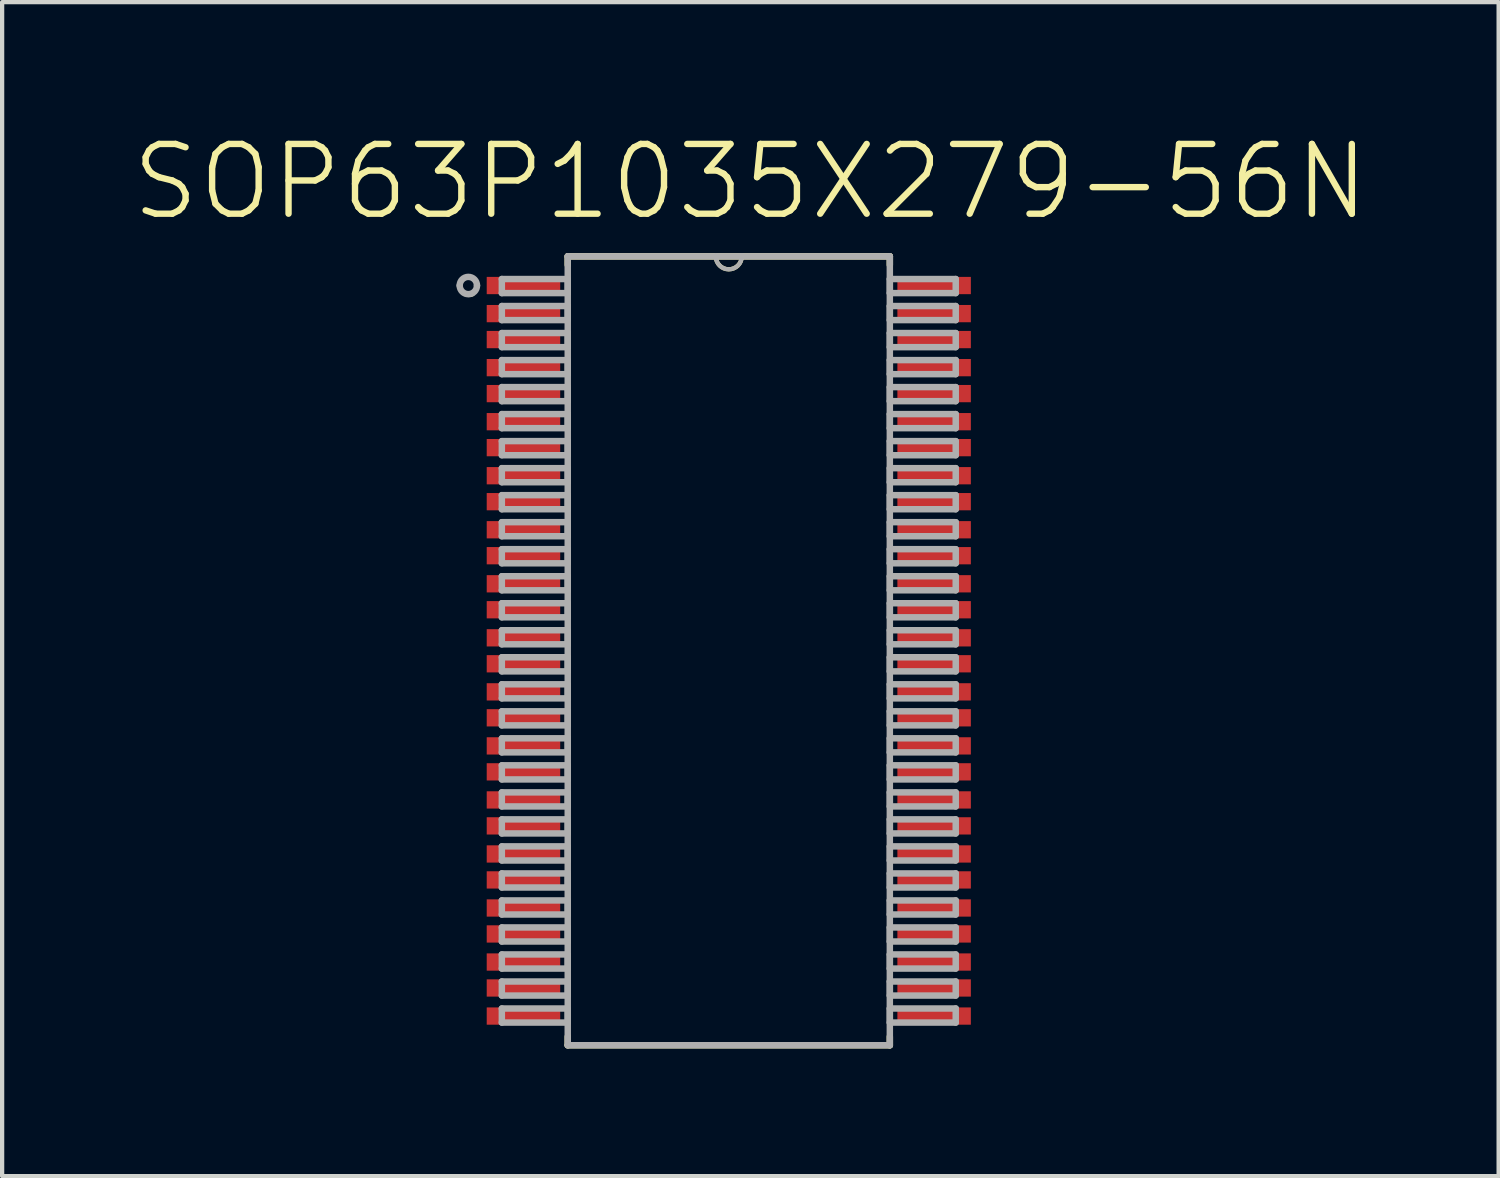
<source format=kicad_pcb>
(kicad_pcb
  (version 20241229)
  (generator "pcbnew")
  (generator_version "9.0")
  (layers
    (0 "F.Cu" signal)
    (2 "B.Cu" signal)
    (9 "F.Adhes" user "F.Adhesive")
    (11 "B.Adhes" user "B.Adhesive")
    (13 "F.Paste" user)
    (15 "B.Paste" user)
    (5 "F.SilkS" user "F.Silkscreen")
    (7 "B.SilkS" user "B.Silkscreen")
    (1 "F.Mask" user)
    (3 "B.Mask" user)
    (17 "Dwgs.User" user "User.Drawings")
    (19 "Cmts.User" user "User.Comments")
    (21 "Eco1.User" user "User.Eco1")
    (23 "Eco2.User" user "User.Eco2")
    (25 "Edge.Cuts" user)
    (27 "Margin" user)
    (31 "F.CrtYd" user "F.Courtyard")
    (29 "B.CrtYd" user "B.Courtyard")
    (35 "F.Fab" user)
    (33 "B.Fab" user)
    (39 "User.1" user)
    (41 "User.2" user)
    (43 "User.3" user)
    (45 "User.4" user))
  (footprint "SOP63P1035X279-56N"
    (layer "F.Cu")
    (at 14.079 12.246)
    (property "Reference" "SOP63P1035X279-56N" (at 0.508 -11.024 0) (layer "F.SilkS") (effects (font (size 1.64 1.64) (thickness 0.15))))
    (attr smd)
    (fp_line (start -3.785 -9.271) (end -3.785 -9.068) (stroke (width 0.152) (type solid)) (layer "F.SilkS"))
    (fp_line (start -3.785 9.068) (end -3.785 9.271) (stroke (width 0.152) (type solid)) (layer "F.SilkS"))
    (fp_line (start -3.785 9.271) (end 3.785 9.271) (stroke (width 0.152) (type solid)) (layer "F.SilkS"))
    (fp_line (start -0.305 -9.271) (end -3.785 -9.271) (stroke (width 0.152) (type solid)) (layer "F.SilkS"))
    (fp_line (start 0.305 -9.271) (end -0.305 -9.271) (stroke (width 0.152) (type solid)) (layer "F.SilkS"))
    (fp_line (start 3.785 -9.271) (end 0.305 -9.271) (stroke (width 0.152) (type solid)) (layer "F.SilkS"))
    (fp_line (start 3.785 -9.068) (end 3.785 -9.271) (stroke (width 0.152) (type solid)) (layer "F.SilkS"))
    (fp_line (start 3.785 9.271) (end 3.785 9.068) (stroke (width 0.152) (type solid)) (layer "F.SilkS"))
    (fp_arc (start -6.019801 -8.382) (mid -6.318825 -8.5725) (end -6.0198 -8.763) (stroke (width 0.1) (type solid)) (layer "F.SilkS"))
    (fp_arc (start 0.3048 -9.271) (mid 0 -8.9662) (end -0.3048 -9.271) (stroke (width 0.1) (type solid)) (layer "F.SilkS"))
    (fp_line (start -5.334 -8.738) (end -5.334 -8.407) (stroke (width 0.152) (type solid)) (layer "F.Fab"))
    (fp_line (start -5.334 -8.407) (end -3.785 -8.407) (stroke (width 0.152) (type solid)) (layer "F.Fab"))
    (fp_line (start -5.334 -8.103) (end -5.334 -7.772) (stroke (width 0.152) (type solid)) (layer "F.Fab"))
    (fp_line (start -5.334 -7.772) (end -3.785 -7.772) (stroke (width 0.152) (type solid)) (layer "F.Fab"))
    (fp_line (start -5.334 -7.468) (end -5.334 -7.137) (stroke (width 0.152) (type solid)) (layer "F.Fab"))
    (fp_line (start -5.334 -7.137) (end -3.785 -7.137) (stroke (width 0.152) (type solid)) (layer "F.Fab"))
    (fp_line (start -5.334 -6.833) (end -5.334 -6.502) (stroke (width 0.152) (type solid)) (layer "F.Fab"))
    (fp_line (start -5.334 -6.502) (end -3.785 -6.502) (stroke (width 0.152) (type solid)) (layer "F.Fab"))
    (fp_line (start -5.334 -6.198) (end -5.334 -5.867) (stroke (width 0.152) (type solid)) (layer "F.Fab"))
    (fp_line (start -5.334 -5.867) (end -3.785 -5.867) (stroke (width 0.152) (type solid)) (layer "F.Fab"))
    (fp_line (start -5.334 -5.563) (end -5.334 -5.232) (stroke (width 0.152) (type solid)) (layer "F.Fab"))
    (fp_line (start -5.334 -5.232) (end -3.785 -5.232) (stroke (width 0.152) (type solid)) (layer "F.Fab"))
    (fp_line (start -5.334 -4.928) (end -5.334 -4.597) (stroke (width 0.152) (type solid)) (layer "F.Fab"))
    (fp_line (start -5.334 -4.597) (end -3.785 -4.597) (stroke (width 0.152) (type solid)) (layer "F.Fab"))
    (fp_line (start -5.334 -4.293) (end -5.334 -3.962) (stroke (width 0.152) (type solid)) (layer "F.Fab"))
    (fp_line (start -5.334 -3.962) (end -3.785 -3.962) (stroke (width 0.152) (type solid)) (layer "F.Fab"))
    (fp_line (start -5.334 -3.658) (end -5.334 -3.327) (stroke (width 0.152) (type solid)) (layer "F.Fab"))
    (fp_line (start -5.334 -3.327) (end -3.785 -3.327) (stroke (width 0.152) (type solid)) (layer "F.Fab"))
    (fp_line (start -5.334 -3.023) (end -5.334 -2.692) (stroke (width 0.152) (type solid)) (layer "F.Fab"))
    (fp_line (start -5.334 -2.692) (end -3.785 -2.692) (stroke (width 0.152) (type solid)) (layer "F.Fab"))
    (fp_line (start -5.334 -2.388) (end -5.334 -2.057) (stroke (width 0.152) (type solid)) (layer "F.Fab"))
    (fp_line (start -5.334 -2.057) (end -3.785 -2.057) (stroke (width 0.152) (type solid)) (layer "F.Fab"))
    (fp_line (start -5.334 -1.753) (end -5.334 -1.422) (stroke (width 0.152) (type solid)) (layer "F.Fab"))
    (fp_line (start -5.334 -1.422) (end -3.785 -1.422) (stroke (width 0.152) (type solid)) (layer "F.Fab"))
    (fp_line (start -5.334 -1.118) (end -5.334 -0.787) (stroke (width 0.152) (type solid)) (layer "F.Fab"))
    (fp_line (start -5.334 -0.787) (end -3.785 -0.787) (stroke (width 0.152) (type solid)) (layer "F.Fab"))
    (fp_line (start -5.334 -0.483) (end -5.334 -0.152) (stroke (width 0.152) (type solid)) (layer "F.Fab"))
    (fp_line (start -5.334 -0.152) (end -3.785 -0.152) (stroke (width 0.152) (type solid)) (layer "F.Fab"))
    (fp_line (start -5.334 0.152) (end -5.334 0.483) (stroke (width 0.152) (type solid)) (layer "F.Fab"))
    (fp_line (start -5.334 0.483) (end -3.785 0.483) (stroke (width 0.152) (type solid)) (layer "F.Fab"))
    (fp_line (start -5.334 0.787) (end -5.334 1.118) (stroke (width 0.152) (type solid)) (layer "F.Fab"))
    (fp_line (start -5.334 1.118) (end -3.785 1.118) (stroke (width 0.152) (type solid)) (layer "F.Fab"))
    (fp_line (start -5.334 1.422) (end -5.334 1.753) (stroke (width 0.152) (type solid)) (layer "F.Fab"))
    (fp_line (start -5.334 1.753) (end -3.785 1.753) (stroke (width 0.152) (type solid)) (layer "F.Fab"))
    (fp_line (start -5.334 2.057) (end -5.334 2.388) (stroke (width 0.152) (type solid)) (layer "F.Fab"))
    (fp_line (start -5.334 2.388) (end -3.785 2.388) (stroke (width 0.152) (type solid)) (layer "F.Fab"))
    (fp_line (start -5.334 2.692) (end -5.334 3.023) (stroke (width 0.152) (type solid)) (layer "F.Fab"))
    (fp_line (start -5.334 3.023) (end -3.785 3.023) (stroke (width 0.152) (type solid)) (layer "F.Fab"))
    (fp_line (start -5.334 3.327) (end -5.334 3.658) (stroke (width 0.152) (type solid)) (layer "F.Fab"))
    (fp_line (start -5.334 3.658) (end -3.785 3.658) (stroke (width 0.152) (type solid)) (layer "F.Fab"))
    (fp_line (start -5.334 3.962) (end -5.334 4.293) (stroke (width 0.152) (type solid)) (layer "F.Fab"))
    (fp_line (start -5.334 4.293) (end -3.785 4.293) (stroke (width 0.152) (type solid)) (layer "F.Fab"))
    (fp_line (start -5.334 4.597) (end -5.334 4.928) (stroke (width 0.152) (type solid)) (layer "F.Fab"))
    (fp_line (start -5.334 4.928) (end -3.785 4.928) (stroke (width 0.152) (type solid)) (layer "F.Fab"))
    (fp_line (start -5.334 5.232) (end -5.334 5.563) (stroke (width 0.152) (type solid)) (layer "F.Fab"))
    (fp_line (start -5.334 5.563) (end -3.785 5.563) (stroke (width 0.152) (type solid)) (layer "F.Fab"))
    (fp_line (start -5.334 5.867) (end -5.334 6.198) (stroke (width 0.152) (type solid)) (layer "F.Fab"))
    (fp_line (start -5.334 6.198) (end -3.785 6.198) (stroke (width 0.152) (type solid)) (layer "F.Fab"))
    (fp_line (start -5.334 6.502) (end -5.334 6.833) (stroke (width 0.152) (type solid)) (layer "F.Fab"))
    (fp_line (start -5.334 6.833) (end -3.785 6.833) (stroke (width 0.152) (type solid)) (layer "F.Fab"))
    (fp_line (start -5.334 7.137) (end -5.334 7.468) (stroke (width 0.152) (type solid)) (layer "F.Fab"))
    (fp_line (start -5.334 7.468) (end -3.785 7.468) (stroke (width 0.152) (type solid)) (layer "F.Fab"))
    (fp_line (start -5.334 7.772) (end -5.334 8.103) (stroke (width 0.152) (type solid)) (layer "F.Fab"))
    (fp_line (start -5.334 8.103) (end -3.785 8.103) (stroke (width 0.152) (type solid)) (layer "F.Fab"))
    (fp_line (start -5.334 8.407) (end -5.334 8.738) (stroke (width 0.152) (type solid)) (layer "F.Fab"))
    (fp_line (start -5.334 8.738) (end -3.785 8.738) (stroke (width 0.152) (type solid)) (layer "F.Fab"))
    (fp_line (start -3.785 -9.271) (end -3.785 9.271) (stroke (width 0.152) (type solid)) (layer "F.Fab"))
    (fp_line (start -3.785 -8.738) (end -5.334 -8.738) (stroke (width 0.152) (type solid)) (layer "F.Fab"))
    (fp_line (start -3.785 -8.407) (end -3.785 -8.738) (stroke (width 0.152) (type solid)) (layer "F.Fab"))
    (fp_line (start -3.785 -8.103) (end -5.334 -8.103) (stroke (width 0.152) (type solid)) (layer "F.Fab"))
    (fp_line (start -3.785 -7.772) (end -3.785 -8.103) (stroke (width 0.152) (type solid)) (layer "F.Fab"))
    (fp_line (start -3.785 -7.468) (end -5.334 -7.468) (stroke (width 0.152) (type solid)) (layer "F.Fab"))
    (fp_line (start -3.785 -7.137) (end -3.785 -7.468) (stroke (width 0.152) (type solid)) (layer "F.Fab"))
    (fp_line (start -3.785 -6.833) (end -5.334 -6.833) (stroke (width 0.152) (type solid)) (layer "F.Fab"))
    (fp_line (start -3.785 -6.502) (end -3.785 -6.833) (stroke (width 0.152) (type solid)) (layer "F.Fab"))
    (fp_line (start -3.785 -6.198) (end -5.334 -6.198) (stroke (width 0.152) (type solid)) (layer "F.Fab"))
    (fp_line (start -3.785 -5.867) (end -3.785 -6.198) (stroke (width 0.152) (type solid)) (layer "F.Fab"))
    (fp_line (start -3.785 -5.563) (end -5.334 -5.563) (stroke (width 0.152) (type solid)) (layer "F.Fab"))
    (fp_line (start -3.785 -5.232) (end -3.785 -5.563) (stroke (width 0.152) (type solid)) (layer "F.Fab"))
    (fp_line (start -3.785 -4.928) (end -5.334 -4.928) (stroke (width 0.152) (type solid)) (layer "F.Fab"))
    (fp_line (start -3.785 -4.597) (end -3.785 -4.928) (stroke (width 0.152) (type solid)) (layer "F.Fab"))
    (fp_line (start -3.785 -4.293) (end -5.334 -4.293) (stroke (width 0.152) (type solid)) (layer "F.Fab"))
    (fp_line (start -3.785 -3.962) (end -3.785 -4.293) (stroke (width 0.152) (type solid)) (layer "F.Fab"))
    (fp_line (start -3.785 -3.658) (end -5.334 -3.658) (stroke (width 0.152) (type solid)) (layer "F.Fab"))
    (fp_line (start -3.785 -3.327) (end -3.785 -3.658) (stroke (width 0.152) (type solid)) (layer "F.Fab"))
    (fp_line (start -3.785 -3.023) (end -5.334 -3.023) (stroke (width 0.152) (type solid)) (layer "F.Fab"))
    (fp_line (start -3.785 -2.692) (end -3.785 -3.023) (stroke (width 0.152) (type solid)) (layer "F.Fab"))
    (fp_line (start -3.785 -2.388) (end -5.334 -2.388) (stroke (width 0.152) (type solid)) (layer "F.Fab"))
    (fp_line (start -3.785 -2.057) (end -3.785 -2.388) (stroke (width 0.152) (type solid)) (layer "F.Fab"))
    (fp_line (start -3.785 -1.753) (end -5.334 -1.753) (stroke (width 0.152) (type solid)) (layer "F.Fab"))
    (fp_line (start -3.785 -1.422) (end -3.785 -1.753) (stroke (width 0.152) (type solid)) (layer "F.Fab"))
    (fp_line (start -3.785 -1.118) (end -5.334 -1.118) (stroke (width 0.152) (type solid)) (layer "F.Fab"))
    (fp_line (start -3.785 -0.787) (end -3.785 -1.118) (stroke (width 0.152) (type solid)) (layer "F.Fab"))
    (fp_line (start -3.785 -0.483) (end -5.334 -0.483) (stroke (width 0.152) (type solid)) (layer "F.Fab"))
    (fp_line (start -3.785 -0.152) (end -3.785 -0.483) (stroke (width 0.152) (type solid)) (layer "F.Fab"))
    (fp_line (start -3.785 0.152) (end -5.334 0.152) (stroke (width 0.152) (type solid)) (layer "F.Fab"))
    (fp_line (start -3.785 0.483) (end -3.785 0.152) (stroke (width 0.152) (type solid)) (layer "F.Fab"))
    (fp_line (start -3.785 0.787) (end -5.334 0.787) (stroke (width 0.152) (type solid)) (layer "F.Fab"))
    (fp_line (start -3.785 1.118) (end -3.785 0.787) (stroke (width 0.152) (type solid)) (layer "F.Fab"))
    (fp_line (start -3.785 1.422) (end -5.334 1.422) (stroke (width 0.152) (type solid)) (layer "F.Fab"))
    (fp_line (start -3.785 1.753) (end -3.785 1.422) (stroke (width 0.152) (type solid)) (layer "F.Fab"))
    (fp_line (start -3.785 2.057) (end -5.334 2.057) (stroke (width 0.152) (type solid)) (layer "F.Fab"))
    (fp_line (start -3.785 2.388) (end -3.785 2.057) (stroke (width 0.152) (type solid)) (layer "F.Fab"))
    (fp_line (start -3.785 2.692) (end -5.334 2.692) (stroke (width 0.152) (type solid)) (layer "F.Fab"))
    (fp_line (start -3.785 3.023) (end -3.785 2.692) (stroke (width 0.152) (type solid)) (layer "F.Fab"))
    (fp_line (start -3.785 3.327) (end -5.334 3.327) (stroke (width 0.152) (type solid)) (layer "F.Fab"))
    (fp_line (start -3.785 3.658) (end -3.785 3.327) (stroke (width 0.152) (type solid)) (layer "F.Fab"))
    (fp_line (start -3.785 3.962) (end -5.334 3.962) (stroke (width 0.152) (type solid)) (layer "F.Fab"))
    (fp_line (start -3.785 4.293) (end -3.785 3.962) (stroke (width 0.152) (type solid)) (layer "F.Fab"))
    (fp_line (start -3.785 4.597) (end -5.334 4.597) (stroke (width 0.152) (type solid)) (layer "F.Fab"))
    (fp_line (start -3.785 4.928) (end -3.785 4.597) (stroke (width 0.152) (type solid)) (layer "F.Fab"))
    (fp_line (start -3.785 5.232) (end -5.334 5.232) (stroke (width 0.152) (type solid)) (layer "F.Fab"))
    (fp_line (start -3.785 5.563) (end -3.785 5.232) (stroke (width 0.152) (type solid)) (layer "F.Fab"))
    (fp_line (start -3.785 5.867) (end -5.334 5.867) (stroke (width 0.152) (type solid)) (layer "F.Fab"))
    (fp_line (start -3.785 6.198) (end -3.785 5.867) (stroke (width 0.152) (type solid)) (layer "F.Fab"))
    (fp_line (start -3.785 6.502) (end -5.334 6.502) (stroke (width 0.152) (type solid)) (layer "F.Fab"))
    (fp_line (start -3.785 6.833) (end -3.785 6.502) (stroke (width 0.152) (type solid)) (layer "F.Fab"))
    (fp_line (start -3.785 7.137) (end -5.334 7.137) (stroke (width 0.152) (type solid)) (layer "F.Fab"))
    (fp_line (start -3.785 7.468) (end -3.785 7.137) (stroke (width 0.152) (type solid)) (layer "F.Fab"))
    (fp_line (start -3.785 7.772) (end -5.334 7.772) (stroke (width 0.152) (type solid)) (layer "F.Fab"))
    (fp_line (start -3.785 8.103) (end -3.785 7.772) (stroke (width 0.152) (type solid)) (layer "F.Fab"))
    (fp_line (start -3.785 8.407) (end -5.334 8.407) (stroke (width 0.152) (type solid)) (layer "F.Fab"))
    (fp_line (start -3.785 8.738) (end -3.785 8.407) (stroke (width 0.152) (type solid)) (layer "F.Fab"))
    (fp_line (start -3.785 9.271) (end 3.785 9.271) (stroke (width 0.152) (type solid)) (layer "F.Fab"))
    (fp_line (start -0.305 -9.271) (end -3.785 -9.271) (stroke (width 0.152) (type solid)) (layer "F.Fab"))
    (fp_line (start 0.305 -9.271) (end -0.305 -9.271) (stroke (width 0.152) (type solid)) (layer "F.Fab"))
    (fp_line (start 3.785 -9.271) (end 0.305 -9.271) (stroke (width 0.152) (type solid)) (layer "F.Fab"))
    (fp_line (start 3.785 -8.738) (end 3.785 -8.407) (stroke (width 0.152) (type solid)) (layer "F.Fab"))
    (fp_line (start 3.785 -8.407) (end 5.334 -8.407) (stroke (width 0.152) (type solid)) (layer "F.Fab"))
    (fp_line (start 3.785 -8.103) (end 3.785 -7.772) (stroke (width 0.152) (type solid)) (layer "F.Fab"))
    (fp_line (start 3.785 -7.772) (end 5.334 -7.772) (stroke (width 0.152) (type solid)) (layer "F.Fab"))
    (fp_line (start 3.785 -7.468) (end 3.785 -7.137) (stroke (width 0.152) (type solid)) (layer "F.Fab"))
    (fp_line (start 3.785 -7.137) (end 5.334 -7.137) (stroke (width 0.152) (type solid)) (layer "F.Fab"))
    (fp_line (start 3.785 -6.833) (end 3.785 -6.502) (stroke (width 0.152) (type solid)) (layer "F.Fab"))
    (fp_line (start 3.785 -6.502) (end 5.334 -6.502) (stroke (width 0.152) (type solid)) (layer "F.Fab"))
    (fp_line (start 3.785 -6.198) (end 3.785 -5.867) (stroke (width 0.152) (type solid)) (layer "F.Fab"))
    (fp_line (start 3.785 -5.867) (end 5.334 -5.867) (stroke (width 0.152) (type solid)) (layer "F.Fab"))
    (fp_line (start 3.785 -5.563) (end 3.785 -5.232) (stroke (width 0.152) (type solid)) (layer "F.Fab"))
    (fp_line (start 3.785 -5.232) (end 5.334 -5.232) (stroke (width 0.152) (type solid)) (layer "F.Fab"))
    (fp_line (start 3.785 -4.928) (end 3.785 -4.597) (stroke (width 0.152) (type solid)) (layer "F.Fab"))
    (fp_line (start 3.785 -4.597) (end 5.334 -4.597) (stroke (width 0.152) (type solid)) (layer "F.Fab"))
    (fp_line (start 3.785 -4.293) (end 3.785 -3.962) (stroke (width 0.152) (type solid)) (layer "F.Fab"))
    (fp_line (start 3.785 -3.962) (end 5.334 -3.962) (stroke (width 0.152) (type solid)) (layer "F.Fab"))
    (fp_line (start 3.785 -3.658) (end 3.785 -3.327) (stroke (width 0.152) (type solid)) (layer "F.Fab"))
    (fp_line (start 3.785 -3.327) (end 5.334 -3.327) (stroke (width 0.152) (type solid)) (layer "F.Fab"))
    (fp_line (start 3.785 -3.023) (end 3.785 -2.692) (stroke (width 0.152) (type solid)) (layer "F.Fab"))
    (fp_line (start 3.785 -2.692) (end 5.334 -2.692) (stroke (width 0.152) (type solid)) (layer "F.Fab"))
    (fp_line (start 3.785 -2.388) (end 3.785 -2.057) (stroke (width 0.152) (type solid)) (layer "F.Fab"))
    (fp_line (start 3.785 -2.057) (end 5.334 -2.057) (stroke (width 0.152) (type solid)) (layer "F.Fab"))
    (fp_line (start 3.785 -1.753) (end 3.785 -1.422) (stroke (width 0.152) (type solid)) (layer "F.Fab"))
    (fp_line (start 3.785 -1.422) (end 5.334 -1.422) (stroke (width 0.152) (type solid)) (layer "F.Fab"))
    (fp_line (start 3.785 -1.118) (end 3.785 -0.787) (stroke (width 0.152) (type solid)) (layer "F.Fab"))
    (fp_line (start 3.785 -0.787) (end 5.334 -0.787) (stroke (width 0.152) (type solid)) (layer "F.Fab"))
    (fp_line (start 3.785 -0.483) (end 3.785 -0.152) (stroke (width 0.152) (type solid)) (layer "F.Fab"))
    (fp_line (start 3.785 -0.152) (end 5.334 -0.152) (stroke (width 0.152) (type solid)) (layer "F.Fab"))
    (fp_line (start 3.785 0.152) (end 3.785 0.483) (stroke (width 0.152) (type solid)) (layer "F.Fab"))
    (fp_line (start 3.785 0.483) (end 5.334 0.483) (stroke (width 0.152) (type solid)) (layer "F.Fab"))
    (fp_line (start 3.785 0.787) (end 3.785 1.118) (stroke (width 0.152) (type solid)) (layer "F.Fab"))
    (fp_line (start 3.785 1.118) (end 5.334 1.118) (stroke (width 0.152) (type solid)) (layer "F.Fab"))
    (fp_line (start 3.785 1.422) (end 3.785 1.753) (stroke (width 0.152) (type solid)) (layer "F.Fab"))
    (fp_line (start 3.785 1.753) (end 5.334 1.753) (stroke (width 0.152) (type solid)) (layer "F.Fab"))
    (fp_line (start 3.785 2.057) (end 3.785 2.388) (stroke (width 0.152) (type solid)) (layer "F.Fab"))
    (fp_line (start 3.785 2.388) (end 5.334 2.388) (stroke (width 0.152) (type solid)) (layer "F.Fab"))
    (fp_line (start 3.785 2.692) (end 3.785 3.023) (stroke (width 0.152) (type solid)) (layer "F.Fab"))
    (fp_line (start 3.785 3.023) (end 5.334 3.023) (stroke (width 0.152) (type solid)) (layer "F.Fab"))
    (fp_line (start 3.785 3.327) (end 3.785 3.658) (stroke (width 0.152) (type solid)) (layer "F.Fab"))
    (fp_line (start 3.785 3.658) (end 5.334 3.658) (stroke (width 0.152) (type solid)) (layer "F.Fab"))
    (fp_line (start 3.785 3.962) (end 3.785 4.293) (stroke (width 0.152) (type solid)) (layer "F.Fab"))
    (fp_line (start 3.785 4.293) (end 5.334 4.293) (stroke (width 0.152) (type solid)) (layer "F.Fab"))
    (fp_line (start 3.785 4.597) (end 3.785 4.928) (stroke (width 0.152) (type solid)) (layer "F.Fab"))
    (fp_line (start 3.785 4.928) (end 5.334 4.928) (stroke (width 0.152) (type solid)) (layer "F.Fab"))
    (fp_line (start 3.785 5.232) (end 3.785 5.563) (stroke (width 0.152) (type solid)) (layer "F.Fab"))
    (fp_line (start 3.785 5.563) (end 5.334 5.563) (stroke (width 0.152) (type solid)) (layer "F.Fab"))
    (fp_line (start 3.785 5.867) (end 3.785 6.198) (stroke (width 0.152) (type solid)) (layer "F.Fab"))
    (fp_line (start 3.785 6.198) (end 5.334 6.198) (stroke (width 0.152) (type solid)) (layer "F.Fab"))
    (fp_line (start 3.785 6.502) (end 3.785 6.833) (stroke (width 0.152) (type solid)) (layer "F.Fab"))
    (fp_line (start 3.785 6.833) (end 5.334 6.833) (stroke (width 0.152) (type solid)) (layer "F.Fab"))
    (fp_line (start 3.785 7.137) (end 3.785 7.468) (stroke (width 0.152) (type solid)) (layer "F.Fab"))
    (fp_line (start 3.785 7.468) (end 5.334 7.468) (stroke (width 0.152) (type solid)) (layer "F.Fab"))
    (fp_line (start 3.785 7.772) (end 3.785 8.103) (stroke (width 0.152) (type solid)) (layer "F.Fab"))
    (fp_line (start 3.785 8.103) (end 5.334 8.103) (stroke (width 0.152) (type solid)) (layer "F.Fab"))
    (fp_line (start 3.785 8.407) (end 3.785 8.738) (stroke (width 0.152) (type solid)) (layer "F.Fab"))
    (fp_line (start 3.785 8.738) (end 5.334 8.738) (stroke (width 0.152) (type solid)) (layer "F.Fab"))
    (fp_line (start 3.785 9.271) (end 3.785 -9.271) (stroke (width 0.152) (type solid)) (layer "F.Fab"))
    (fp_line (start 5.334 -8.738) (end 3.785 -8.738) (stroke (width 0.152) (type solid)) (layer "F.Fab"))
    (fp_line (start 5.334 -8.407) (end 5.334 -8.738) (stroke (width 0.152) (type solid)) (layer "F.Fab"))
    (fp_line (start 5.334 -8.103) (end 3.785 -8.103) (stroke (width 0.152) (type solid)) (layer "F.Fab"))
    (fp_line (start 5.334 -7.772) (end 5.334 -8.103) (stroke (width 0.152) (type solid)) (layer "F.Fab"))
    (fp_line (start 5.334 -7.468) (end 3.785 -7.468) (stroke (width 0.152) (type solid)) (layer "F.Fab"))
    (fp_line (start 5.334 -7.137) (end 5.334 -7.468) (stroke (width 0.152) (type solid)) (layer "F.Fab"))
    (fp_line (start 5.334 -6.833) (end 3.785 -6.833) (stroke (width 0.152) (type solid)) (layer "F.Fab"))
    (fp_line (start 5.334 -6.502) (end 5.334 -6.833) (stroke (width 0.152) (type solid)) (layer "F.Fab"))
    (fp_line (start 5.334 -6.198) (end 3.785 -6.198) (stroke (width 0.152) (type solid)) (layer "F.Fab"))
    (fp_line (start 5.334 -5.867) (end 5.334 -6.198) (stroke (width 0.152) (type solid)) (layer "F.Fab"))
    (fp_line (start 5.334 -5.563) (end 3.785 -5.563) (stroke (width 0.152) (type solid)) (layer "F.Fab"))
    (fp_line (start 5.334 -5.232) (end 5.334 -5.563) (stroke (width 0.152) (type solid)) (layer "F.Fab"))
    (fp_line (start 5.334 -4.928) (end 3.785 -4.928) (stroke (width 0.152) (type solid)) (layer "F.Fab"))
    (fp_line (start 5.334 -4.597) (end 5.334 -4.928) (stroke (width 0.152) (type solid)) (layer "F.Fab"))
    (fp_line (start 5.334 -4.293) (end 3.785 -4.293) (stroke (width 0.152) (type solid)) (layer "F.Fab"))
    (fp_line (start 5.334 -3.962) (end 5.334 -4.293) (stroke (width 0.152) (type solid)) (layer "F.Fab"))
    (fp_line (start 5.334 -3.658) (end 3.785 -3.658) (stroke (width 0.152) (type solid)) (layer "F.Fab"))
    (fp_line (start 5.334 -3.327) (end 5.334 -3.658) (stroke (width 0.152) (type solid)) (layer "F.Fab"))
    (fp_line (start 5.334 -3.023) (end 3.785 -3.023) (stroke (width 0.152) (type solid)) (layer "F.Fab"))
    (fp_line (start 5.334 -2.692) (end 5.334 -3.023) (stroke (width 0.152) (type solid)) (layer "F.Fab"))
    (fp_line (start 5.334 -2.388) (end 3.785 -2.388) (stroke (width 0.152) (type solid)) (layer "F.Fab"))
    (fp_line (start 5.334 -2.057) (end 5.334 -2.388) (stroke (width 0.152) (type solid)) (layer "F.Fab"))
    (fp_line (start 5.334 -1.753) (end 3.785 -1.753) (stroke (width 0.152) (type solid)) (layer "F.Fab"))
    (fp_line (start 5.334 -1.422) (end 5.334 -1.753) (stroke (width 0.152) (type solid)) (layer "F.Fab"))
    (fp_line (start 5.334 -1.118) (end 3.785 -1.118) (stroke (width 0.152) (type solid)) (layer "F.Fab"))
    (fp_line (start 5.334 -0.787) (end 5.334 -1.118) (stroke (width 0.152) (type solid)) (layer "F.Fab"))
    (fp_line (start 5.334 -0.483) (end 3.785 -0.483) (stroke (width 0.152) (type solid)) (layer "F.Fab"))
    (fp_line (start 5.334 -0.152) (end 5.334 -0.483) (stroke (width 0.152) (type solid)) (layer "F.Fab"))
    (fp_line (start 5.334 0.152) (end 3.785 0.152) (stroke (width 0.152) (type solid)) (layer "F.Fab"))
    (fp_line (start 5.334 0.483) (end 5.334 0.152) (stroke (width 0.152) (type solid)) (layer "F.Fab"))
    (fp_line (start 5.334 0.787) (end 3.785 0.787) (stroke (width 0.152) (type solid)) (layer "F.Fab"))
    (fp_line (start 5.334 1.118) (end 5.334 0.787) (stroke (width 0.152) (type solid)) (layer "F.Fab"))
    (fp_line (start 5.334 1.422) (end 3.785 1.422) (stroke (width 0.152) (type solid)) (layer "F.Fab"))
    (fp_line (start 5.334 1.753) (end 5.334 1.422) (stroke (width 0.152) (type solid)) (layer "F.Fab"))
    (fp_line (start 5.334 2.057) (end 3.785 2.057) (stroke (width 0.152) (type solid)) (layer "F.Fab"))
    (fp_line (start 5.334 2.388) (end 5.334 2.057) (stroke (width 0.152) (type solid)) (layer "F.Fab"))
    (fp_line (start 5.334 2.692) (end 3.785 2.692) (stroke (width 0.152) (type solid)) (layer "F.Fab"))
    (fp_line (start 5.334 3.023) (end 5.334 2.692) (stroke (width 0.152) (type solid)) (layer "F.Fab"))
    (fp_line (start 5.334 3.327) (end 3.785 3.327) (stroke (width 0.152) (type solid)) (layer "F.Fab"))
    (fp_line (start 5.334 3.658) (end 5.334 3.327) (stroke (width 0.152) (type solid)) (layer "F.Fab"))
    (fp_line (start 5.334 3.962) (end 3.785 3.962) (stroke (width 0.152) (type solid)) (layer "F.Fab"))
    (fp_line (start 5.334 4.293) (end 5.334 3.962) (stroke (width 0.152) (type solid)) (layer "F.Fab"))
    (fp_line (start 5.334 4.597) (end 3.785 4.597) (stroke (width 0.152) (type solid)) (layer "F.Fab"))
    (fp_line (start 5.334 4.928) (end 5.334 4.597) (stroke (width 0.152) (type solid)) (layer "F.Fab"))
    (fp_line (start 5.334 5.232) (end 3.785 5.232) (stroke (width 0.152) (type solid)) (layer "F.Fab"))
    (fp_line (start 5.334 5.563) (end 5.334 5.232) (stroke (width 0.152) (type solid)) (layer "F.Fab"))
    (fp_line (start 5.334 5.867) (end 3.785 5.867) (stroke (width 0.152) (type solid)) (layer "F.Fab"))
    (fp_line (start 5.334 6.198) (end 5.334 5.867) (stroke (width 0.152) (type solid)) (layer "F.Fab"))
    (fp_line (start 5.334 6.502) (end 3.785 6.502) (stroke (width 0.152) (type solid)) (layer "F.Fab"))
    (fp_line (start 5.334 6.833) (end 5.334 6.502) (stroke (width 0.152) (type solid)) (layer "F.Fab"))
    (fp_line (start 5.334 7.137) (end 3.785 7.137) (stroke (width 0.152) (type solid)) (layer "F.Fab"))
    (fp_line (start 5.334 7.468) (end 5.334 7.137) (stroke (width 0.152) (type solid)) (layer "F.Fab"))
    (fp_line (start 5.334 7.772) (end 3.785 7.772) (stroke (width 0.152) (type solid)) (layer "F.Fab"))
    (fp_line (start 5.334 8.103) (end 5.334 7.772) (stroke (width 0.152) (type solid)) (layer "F.Fab"))
    (fp_line (start 5.334 8.407) (end 3.785 8.407) (stroke (width 0.152) (type solid)) (layer "F.Fab"))
    (fp_line (start 5.334 8.738) (end 5.334 8.407) (stroke (width 0.152) (type solid)) (layer "F.Fab"))
    (fp_arc (start -6.3246 -8.5852) (mid -6.1214 -8.7884) (end -5.9182 -8.5852) (stroke (width 0.1524) (type solid)) (layer "F.Fab"))
    (fp_arc (start -5.9182 -8.5852) (mid -6.1214 -8.382) (end -6.3246 -8.5852) (stroke (width 0.1524) (type solid)) (layer "F.Fab"))
    (fp_arc (start 0.3048 -9.271) (mid 0 -8.9662) (end -0.3048 -9.271) (stroke (width 0.1) (type solid)) (layer "F.Fab"))
    (pad "1" smd rect (at -4.826 -8.585) (size 1.727 0.406) (layers "F.Cu" "F.Mask" "F.Paste"))
    (pad "2" smd rect (at -4.826 -7.925) (size 1.727 0.406) (layers "F.Cu" "F.Mask" "F.Paste"))
    (pad "3" smd rect (at -4.826 -7.315) (size 1.727 0.406) (layers "F.Cu" "F.Mask" "F.Paste"))
    (pad "4" smd rect (at -4.826 -6.655) (size 1.727 0.406) (layers "F.Cu" "F.Mask" "F.Paste"))
    (pad "5" smd rect (at -4.826 -6.045) (size 1.727 0.406) (layers "F.Cu" "F.Mask" "F.Paste"))
    (pad "6" smd rect (at -4.826 -5.385) (size 1.727 0.406) (layers "F.Cu" "F.Mask" "F.Paste"))
    (pad "7" smd rect (at -4.826 -4.775) (size 1.727 0.406) (layers "F.Cu" "F.Mask" "F.Paste"))
    (pad "8" smd rect (at -4.826 -4.115) (size 1.727 0.406) (layers "F.Cu" "F.Mask" "F.Paste"))
    (pad "9" smd rect (at -4.826 -3.505) (size 1.727 0.406) (layers "F.Cu" "F.Mask" "F.Paste"))
    (pad "10" smd rect (at -4.826 -2.845) (size 1.727 0.406) (layers "F.Cu" "F.Mask" "F.Paste"))
    (pad "11" smd rect (at -4.826 -2.235) (size 1.727 0.406) (layers "F.Cu" "F.Mask" "F.Paste"))
    (pad "12" smd rect (at -4.826 -1.575) (size 1.727 0.406) (layers "F.Cu" "F.Mask" "F.Paste"))
    (pad "13" smd rect (at -4.826 -0.965) (size 1.727 0.406) (layers "F.Cu" "F.Mask" "F.Paste"))
    (pad "14" smd rect (at -4.826 -0.305) (size 1.727 0.406) (layers "F.Cu" "F.Mask" "F.Paste"))
    (pad "15" smd rect (at -4.826 0.305) (size 1.727 0.406) (layers "F.Cu" "F.Mask" "F.Paste"))
    (pad "16" smd rect (at -4.826 0.965) (size 1.727 0.406) (layers "F.Cu" "F.Mask" "F.Paste"))
    (pad "17" smd rect (at -4.826 1.575) (size 1.727 0.406) (layers "F.Cu" "F.Mask" "F.Paste"))
    (pad "18" smd rect (at -4.826 2.235) (size 1.727 0.406) (layers "F.Cu" "F.Mask" "F.Paste"))
    (pad "19" smd rect (at -4.826 2.845) (size 1.727 0.406) (layers "F.Cu" "F.Mask" "F.Paste"))
    (pad "20" smd rect (at -4.826 3.505) (size 1.727 0.406) (layers "F.Cu" "F.Mask" "F.Paste"))
    (pad "21" smd rect (at -4.826 4.115) (size 1.727 0.406) (layers "F.Cu" "F.Mask" "F.Paste"))
    (pad "22" smd rect (at -4.826 4.775) (size 1.727 0.406) (layers "F.Cu" "F.Mask" "F.Paste"))
    (pad "23" smd rect (at -4.826 5.385) (size 1.727 0.406) (layers "F.Cu" "F.Mask" "F.Paste"))
    (pad "24" smd rect (at -4.826 6.045) (size 1.727 0.406) (layers "F.Cu" "F.Mask" "F.Paste"))
    (pad "25" smd rect (at -4.826 6.655) (size 1.727 0.406) (layers "F.Cu" "F.Mask" "F.Paste"))
    (pad "26" smd rect (at -4.826 7.315) (size 1.727 0.406) (layers "F.Cu" "F.Mask" "F.Paste"))
    (pad "27" smd rect (at -4.826 7.925) (size 1.727 0.406) (layers "F.Cu" "F.Mask" "F.Paste"))
    (pad "28" smd rect (at -4.826 8.585) (size 1.727 0.406) (layers "F.Cu" "F.Mask" "F.Paste"))
    (pad "29" smd rect (at 4.826 8.585 180) (size 1.727 0.406) (layers "F.Cu" "F.Mask" "F.Paste"))
    (pad "30" smd rect (at 4.826 7.925 180) (size 1.727 0.406) (layers "F.Cu" "F.Mask" "F.Paste"))
    (pad "31" smd rect (at 4.826 7.315 180) (size 1.727 0.406) (layers "F.Cu" "F.Mask" "F.Paste"))
    (pad "32" smd rect (at 4.826 6.655 180) (size 1.727 0.406) (layers "F.Cu" "F.Mask" "F.Paste"))
    (pad "33" smd rect (at 4.826 6.045 180) (size 1.727 0.406) (layers "F.Cu" "F.Mask" "F.Paste"))
    (pad "34" smd rect (at 4.826 5.385 180) (size 1.727 0.406) (layers "F.Cu" "F.Mask" "F.Paste"))
    (pad "35" smd rect (at 4.826 4.775 180) (size 1.727 0.406) (layers "F.Cu" "F.Mask" "F.Paste"))
    (pad "36" smd rect (at 4.826 4.115 180) (size 1.727 0.406) (layers "F.Cu" "F.Mask" "F.Paste"))
    (pad "37" smd rect (at 4.826 3.505 180) (size 1.727 0.406) (layers "F.Cu" "F.Mask" "F.Paste"))
    (pad "38" smd rect (at 4.826 2.845 180) (size 1.727 0.406) (layers "F.Cu" "F.Mask" "F.Paste"))
    (pad "39" smd rect (at 4.826 2.235 180) (size 1.727 0.406) (layers "F.Cu" "F.Mask" "F.Paste"))
    (pad "40" smd rect (at 4.826 1.575 180) (size 1.727 0.406) (layers "F.Cu" "F.Mask" "F.Paste"))
    (pad "41" smd rect (at 4.826 0.965 180) (size 1.727 0.406) (layers "F.Cu" "F.Mask" "F.Paste"))
    (pad "42" smd rect (at 4.826 0.305 180) (size 1.727 0.406) (layers "F.Cu" "F.Mask" "F.Paste"))
    (pad "43" smd rect (at 4.826 -0.305 180) (size 1.727 0.406) (layers "F.Cu" "F.Mask" "F.Paste"))
    (pad "44" smd rect (at 4.826 -0.965 180) (size 1.727 0.406) (layers "F.Cu" "F.Mask" "F.Paste"))
    (pad "45" smd rect (at 4.826 -1.575 180) (size 1.727 0.406) (layers "F.Cu" "F.Mask" "F.Paste"))
    (pad "46" smd rect (at 4.826 -2.235 180) (size 1.727 0.406) (layers "F.Cu" "F.Mask" "F.Paste"))
    (pad "47" smd rect (at 4.826 -2.845 180) (size 1.727 0.406) (layers "F.Cu" "F.Mask" "F.Paste"))
    (pad "48" smd rect (at 4.826 -3.505 180) (size 1.727 0.406) (layers "F.Cu" "F.Mask" "F.Paste"))
    (pad "49" smd rect (at 4.826 -4.115 180) (size 1.727 0.406) (layers "F.Cu" "F.Mask" "F.Paste"))
    (pad "50" smd rect (at 4.826 -4.775 180) (size 1.727 0.406) (layers "F.Cu" "F.Mask" "F.Paste"))
    (pad "51" smd rect (at 4.826 -5.385 180) (size 1.727 0.406) (layers "F.Cu" "F.Mask" "F.Paste"))
    (pad "52" smd rect (at 4.826 -6.045 180) (size 1.727 0.406) (layers "F.Cu" "F.Mask" "F.Paste"))
    (pad "53" smd rect (at 4.826 -6.655 180) (size 1.727 0.406) (layers "F.Cu" "F.Mask" "F.Paste"))
    (pad "54" smd rect (at 4.826 -7.315 180) (size 1.727 0.406) (layers "F.Cu" "F.Mask" "F.Paste"))
    (pad "55" smd rect (at 4.826 -7.925 180) (size 1.727 0.406) (layers "F.Cu" "F.Mask" "F.Paste"))
    (pad "56" smd rect (at 4.826 -8.585 180) (size 1.727 0.406) (layers "F.Cu" "F.Mask" "F.Paste")))
  (gr_rect
    (start -3 -3)
    (end 32.173 24.593)
    (stroke (width 0.1) (type default))
    (fill no)
    (layer "Edge.Cuts")))
</source>
